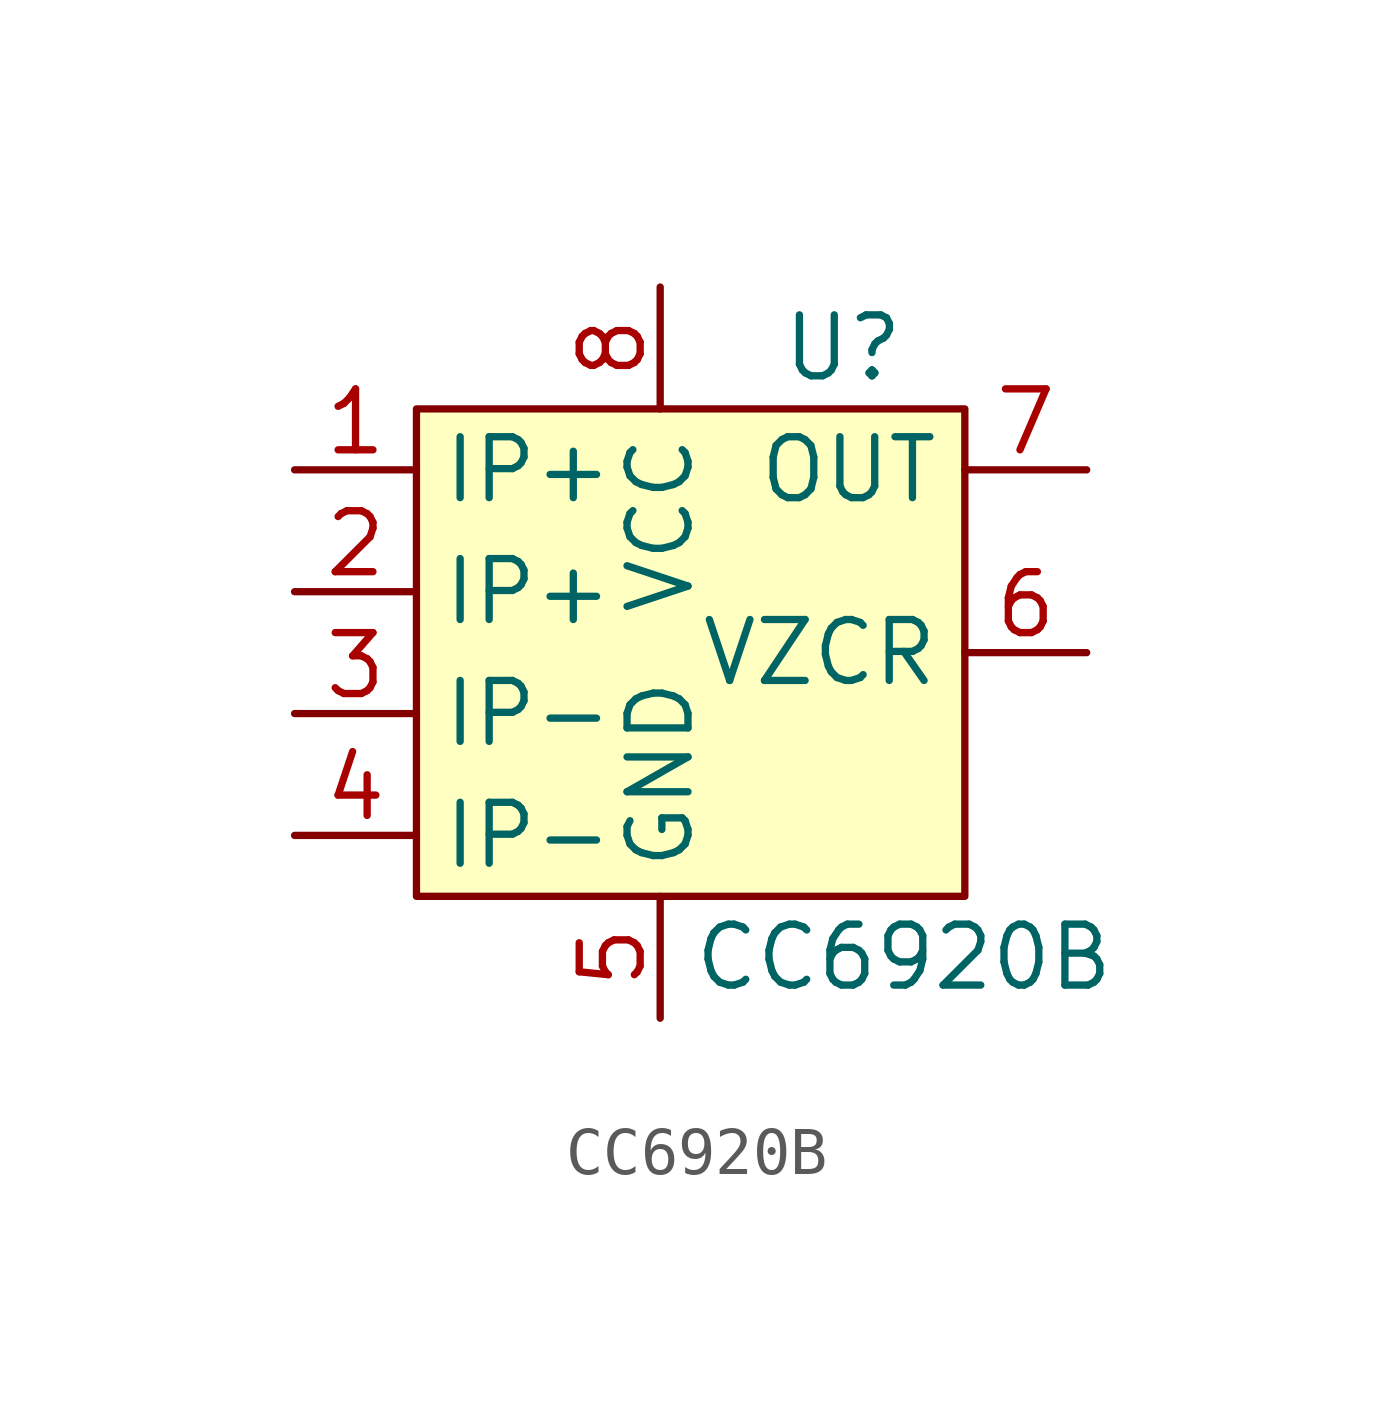
<source format=kicad_sym>
(kicad_symbol_lib
  (version 20220914)
  (generator kicad_symbol_editor)
  (symbol "CC6920B"
    (property "Reference" "U"
      (at 1.27 6.35 0)
      (effects (font (size 1.27 1.27))))
    (property "Value" "CC6920B"
      (at 2.54 -6.35 0)
      (effects (font (size 1.27 1.27))))
    (symbol "CC6920B_1_1"
      (rectangle (start -7.62 5.08) (end 3.81 -5.08) (stroke (width 0) (type default)) (fill (type background)))
      (pin bidirectional line (at -10.16 3.81 0) (length 2.54) (name "IP+" (effects (font (size 1.27 1.27)))) (number "1" (effects (font (size 1.27 1.27)))))
      (pin bidirectional line (at -10.16 1.27 0) (length 2.54) (name "IP+" (effects (font (size 1.27 1.27)))) (number "2" (effects (font (size 1.27 1.27)))))
      (pin bidirectional line (at -10.16 -1.27 0) (length 2.54) (name "IP-" (effects (font (size 1.27 1.27)))) (number "3" (effects (font (size 1.27 1.27)))))
      (pin bidirectional line (at -10.16 -3.81 0) (length 2.54) (name "IP-" (effects (font (size 1.27 1.27)))) (number "4" (effects (font (size 1.27 1.27)))))
      (pin power_in line (at -2.54 -7.62 90) (length 2.54) (name "GND" (effects (font (size 1.27 1.27)))) (number "5" (effects (font (size 1.27 1.27)))))
      (pin output line (at 6.35 0 180) (length 2.54) (name "VZCR" (effects (font (size 1.27 1.27)))) (number "6" (effects (font (size 1.27 1.27)))))
      (pin output line (at 6.35 3.81 180) (length 2.54) (name "OUT" (effects (font (size 1.27 1.27)))) (number "7" (effects (font (size 1.27 1.27)))))
      (pin power_in line (at -2.54 7.62 270) (length 2.54) (name "VCC" (effects (font (size 1.27 1.27)))) (number "8" (effects (font (size 1.27 1.27))))))))
</source>
